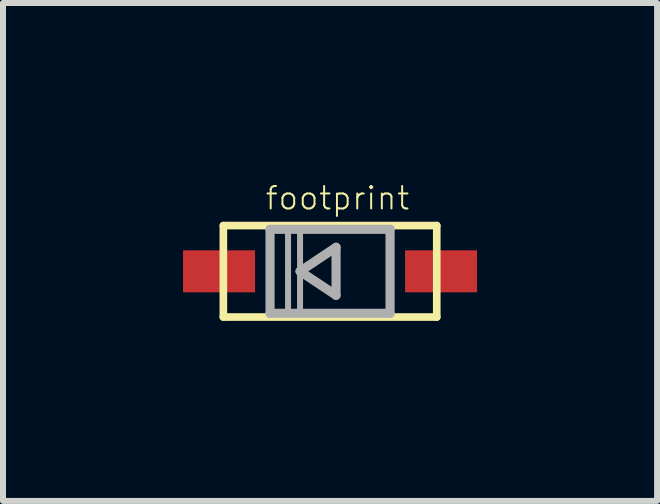
<source format=kicad_pcb>
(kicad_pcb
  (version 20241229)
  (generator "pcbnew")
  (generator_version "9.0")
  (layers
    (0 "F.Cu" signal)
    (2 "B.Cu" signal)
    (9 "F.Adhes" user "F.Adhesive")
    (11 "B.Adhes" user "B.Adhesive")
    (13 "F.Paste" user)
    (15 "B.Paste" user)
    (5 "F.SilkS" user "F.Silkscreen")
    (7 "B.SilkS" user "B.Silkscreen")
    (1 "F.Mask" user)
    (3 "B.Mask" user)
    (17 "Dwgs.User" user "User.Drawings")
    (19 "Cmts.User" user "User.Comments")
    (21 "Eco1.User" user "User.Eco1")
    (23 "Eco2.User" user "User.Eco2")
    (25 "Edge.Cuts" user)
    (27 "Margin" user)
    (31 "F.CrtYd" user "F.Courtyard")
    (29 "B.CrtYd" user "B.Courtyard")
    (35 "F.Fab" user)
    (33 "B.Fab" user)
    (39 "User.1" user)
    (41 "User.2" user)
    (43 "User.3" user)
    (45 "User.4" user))
  (footprint "footprint"
    (layer "F.Cu")
    (at 2.45 1.471)
    (property "Reference" "footprint" (at -1.1 -1 0) (layer "F.SilkS") (effects (font (size 0.374 0.374) (thickness 0.033)) (justify left bottom)))
    (fp_line (start -1.778 -0.762) (end 1.778 -0.762) (stroke (width 0.127) (type solid)) (layer "F.SilkS"))
    (fp_line (start -1.778 0.762) (end -1.778 -0.762) (stroke (width 0.127) (type solid)) (layer "F.SilkS"))
    (fp_line (start 1.778 -0.762) (end 1.778 0.762) (stroke (width 0.127) (type solid)) (layer "F.SilkS"))
    (fp_line (start 1.778 0.762) (end -1.778 0.762) (stroke (width 0.127) (type solid)) (layer "F.SilkS"))
    (fp_line (start -1 -0.7) (end 1 -0.7) (stroke (width 0.152) (type solid)) (layer "F.Fab"))
    (fp_line (start -1 0.7) (end -1 -0.7) (stroke (width 0.152) (type solid)) (layer "F.Fab"))
    (fp_line (start -0.5 0) (end 0.1 -0.4) (stroke (width 0.152) (type solid)) (layer "F.Fab"))
    (fp_line (start 0.1 -0.4) (end 0.1 0.4) (stroke (width 0.152) (type solid)) (layer "F.Fab"))
    (fp_line (start 0.1 0.4) (end -0.5 0) (stroke (width 0.152) (type solid)) (layer "F.Fab"))
    (fp_line (start 1 -0.7) (end 1 0.7) (stroke (width 0.152) (type solid)) (layer "F.Fab"))
    (fp_line (start 1 0.7) (end -1 0.7) (stroke (width 0.152) (type solid)) (layer "F.Fab"))
    (fp_poly (pts (xy -0.7 0.7) (xy -0.5 0.7) (xy -0.5 -0.7) (xy -0.7 -0.7)) (stroke (width 0.1) (type solid)) (fill no) (layer "F.Fab"))
    (pad "A" smd rect (at 1.85 0) (size 1.2 0.7) (layers "F.Cu" "F.Mask" "F.Paste"))
    (pad "C" smd rect (at -1.85 0) (size 1.2 0.7) (layers "F.Cu" "F.Mask" "F.Paste")))
  (gr_rect
    (start -3 -3)
    (end 7.9 5.297)
    (stroke (width 0.1) (type default))
    (fill no)
    (layer "Edge.Cuts")))
</source>
